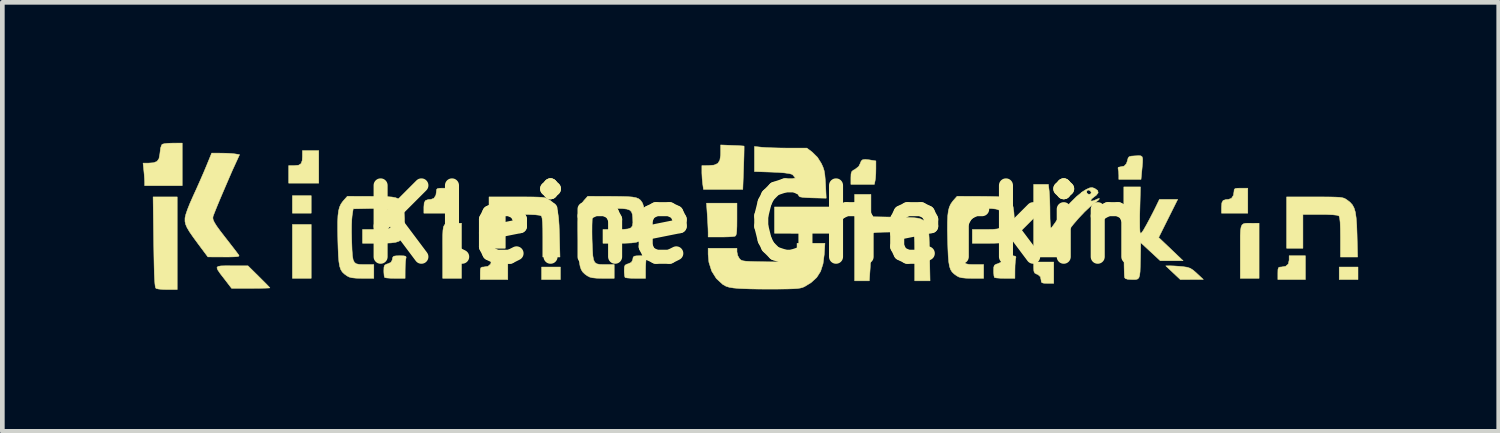
<source format=kicad_pcb>
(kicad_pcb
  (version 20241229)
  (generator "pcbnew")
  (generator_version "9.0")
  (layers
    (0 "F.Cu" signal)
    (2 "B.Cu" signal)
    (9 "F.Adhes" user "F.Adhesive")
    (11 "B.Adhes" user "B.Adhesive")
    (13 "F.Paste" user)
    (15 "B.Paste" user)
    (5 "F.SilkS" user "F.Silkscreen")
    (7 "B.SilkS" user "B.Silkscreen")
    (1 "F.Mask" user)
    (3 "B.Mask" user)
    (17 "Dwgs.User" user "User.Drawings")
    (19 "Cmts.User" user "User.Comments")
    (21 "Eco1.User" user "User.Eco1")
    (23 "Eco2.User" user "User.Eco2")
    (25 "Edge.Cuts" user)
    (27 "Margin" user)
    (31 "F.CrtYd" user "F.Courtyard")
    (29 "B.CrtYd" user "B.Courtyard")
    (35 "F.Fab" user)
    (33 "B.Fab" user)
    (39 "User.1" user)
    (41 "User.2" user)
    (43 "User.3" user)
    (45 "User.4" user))
  (footprint "Kleine Gherkin"
    (layer "F.Cu")
    (at 13.06 1.743)
    (property "Reference" "Kleine Gherkin" (at 0 0 180) (layer "F.SilkS") (effects (font (size 1.524 1.524) (thickness 0.3))))
    (attr through_hole)
    (fp_poly (pts (xy -9.465 -0.241) (xy -9.866 -0.241) (xy -9.866 -0.615) (xy -9.465 -0.615) (xy -9.465 -0.241)) (stroke (width 0.01) (type solid)) (fill yes) (layer "F.SilkS"))
    (fp_poly (pts (xy -9.465 1.15) (xy -9.866 1.15) (xy -9.866 0) (xy -9.465 0) (xy -9.465 1.15)) (stroke (width 0.01) (type solid)) (fill yes) (layer "F.SilkS"))
    (fp_poly (pts (xy -4.144 1.176) (xy -4.545 1.176) (xy -4.545 0.909) (xy -4.144 0.909) (xy -4.144 1.176)) (stroke (width 0.01) (type solid)) (fill yes) (layer "F.SilkS"))
    (fp_poly (pts (xy 1.684 0.187) (xy 0.428 0.187) (xy 0.428 -0.374) (xy 1.684 -0.374) (xy 1.684 0.187)) (stroke (width 0.01) (type solid)) (fill yes) (layer "F.SilkS"))
    (fp_poly (pts (xy 12.887 1.176) (xy 12.486 1.176) (xy 12.486 0.909) (xy 12.887 0.909) (xy 12.887 1.176)) (stroke (width 0.01) (type solid)) (fill yes) (layer "F.SilkS"))
    (fp_poly (pts (xy -9.304 -0.882) (xy -9.946 -0.882) (xy -9.946 -1.257) (xy -9.831 -1.257) (xy -9.737 -1.265) (xy -9.682 -1.299) (xy -9.657 -1.366) (xy -9.652 -1.449) (xy -9.652 -1.577) (xy -9.304 -1.577) (xy -9.304 -0.882)) (stroke (width 0.01) (type solid)) (fill yes) (layer "F.SilkS"))
    (fp_poly (pts (xy -5.267 1.176) (xy -5.855 1.176) (xy -5.855 1.043) (xy -5.853 0.963) (xy -5.842 0.924) (xy -5.815 0.91) (xy -5.787 0.909) (xy -5.689 0.893) (xy -5.633 0.844) (xy -5.615 0.761) (xy -5.615 0.668) (xy -5.267 0.668) (xy -5.267 1.176)) (stroke (width 0.01) (type solid)) (fill yes) (layer "F.SilkS"))
    (fp_poly (pts (xy 11.764 1.176) (xy 11.176 1.176) (xy 11.176 1.043) (xy 11.178 0.963) (xy 11.189 0.924) (xy 11.216 0.91) (xy 11.245 0.909) (xy 11.342 0.893) (xy 11.399 0.844) (xy 11.417 0.761) (xy 11.417 0.668) (xy 11.764 0.668) (xy 11.764 1.176)) (stroke (width 0.01) (type solid)) (fill yes) (layer "F.SilkS"))
    (fp_poly (pts (xy -6.397 -0.026) (xy -6.256 -0.027) (xy -6.256 1.15) (xy -6.657 1.15) (xy -6.657 0.578) (xy -6.658 0.383) (xy -6.657 0.235) (xy -6.652 0.128) (xy -6.641 0.054) (xy -6.62 0.009) (xy -6.587 -0.016) (xy -6.538 -0.026) (xy -6.472 -0.027) (xy -6.397 -0.026)) (stroke (width 0.01) (type solid)) (fill yes) (layer "F.SilkS"))
    (fp_poly (pts (xy 10.635 -0.026) (xy 10.775 -0.027) (xy 10.775 1.15) (xy 10.374 1.15) (xy 10.374 0.578) (xy 10.374 0.383) (xy 10.374 0.235) (xy 10.379 0.128) (xy 10.391 0.054) (xy 10.411 0.009) (xy 10.445 -0.016) (xy 10.493 -0.026) (xy 10.559 -0.027) (xy 10.635 -0.026)) (stroke (width 0.01) (type solid)) (fill yes) (layer "F.SilkS"))
    (fp_poly (pts (xy 6.39 1.257) (xy 6.256 1.257) (xy 6.177 1.254) (xy 6.137 1.243) (xy 6.123 1.216) (xy 6.122 1.196) (xy 6.106 1.117) (xy 6.053 1.07) (xy 6.022 1.058) (xy 5.984 1.037) (xy 5.966 0.995) (xy 5.962 0.921) (xy 5.962 0.802) (xy 6.39 0.802) (xy 6.39 1.257)) (stroke (width 0.01) (type solid)) (fill yes) (layer "F.SilkS"))
    (fp_poly (pts (xy 8.96 0.886) (xy 9.066 0.893) (xy 9.143 0.9) (xy 9.236 0.913) (xy 9.304 0.935) (xy 9.367 0.975) (xy 9.446 1.044) (xy 9.447 1.046) (xy 9.585 1.174) (xy 9.339 1.175) (xy 9.093 1.176) (xy 8.938 1.03) (xy 8.783 0.884) (xy 8.879 0.883) (xy 8.96 0.886)) (stroke (width 0.01) (type solid)) (fill yes) (layer "F.SilkS"))
    (fp_poly (pts (xy -6.497 -0.241) (xy -7.059 -0.241) (xy -7.059 -0.371) (xy -7.052 -0.462) (xy -7.024 -0.512) (xy -6.965 -0.532) (xy -6.91 -0.535) (xy -6.845 -0.559) (xy -6.803 -0.624) (xy -6.791 -0.707) (xy -6.788 -0.746) (xy -6.768 -0.766) (xy -6.719 -0.774) (xy -6.644 -0.775) (xy -6.497 -0.775) (xy -6.497 -0.241)) (stroke (width 0.01) (type solid)) (fill yes) (layer "F.SilkS"))
    (fp_poly (pts (xy 10.534 -0.241) (xy 9.973 -0.241) (xy 9.973 -0.371) (xy 9.98 -0.462) (xy 10.007 -0.512) (xy 10.066 -0.532) (xy 10.121 -0.535) (xy 10.186 -0.559) (xy 10.228 -0.624) (xy 10.24 -0.707) (xy 10.244 -0.746) (xy 10.263 -0.766) (xy 10.312 -0.774) (xy 10.387 -0.775) (xy 10.534 -0.775) (xy 10.534 -0.241)) (stroke (width 0.01) (type solid)) (fill yes) (layer "F.SilkS"))
    (fp_poly (pts (xy -12.326 1.39) (xy -12.533 1.39) (xy -12.637 1.387) (xy -12.722 1.379) (xy -12.773 1.368) (xy -12.777 1.366) (xy -12.788 1.351) (xy -12.796 1.316) (xy -12.803 1.258) (xy -12.809 1.17) (xy -12.815 1.05) (xy -12.819 0.891) (xy -12.823 0.689) (xy -12.827 0.439) (xy -12.828 0.377) (xy -12.841 -0.588) (xy -12.326 -0.588) (xy -12.326 1.39)) (stroke (width 0.01) (type solid)) (fill yes) (layer "F.SilkS"))
    (fp_poly (pts (xy -0.374 -0.11) (xy -0.375 0.035) (xy -0.379 0.135) (xy -0.386 0.199) (xy -0.397 0.234) (xy -0.414 0.25) (xy -0.417 0.251) (xy -0.46 0.258) (xy -0.544 0.264) (xy -0.653 0.267) (xy -0.724 0.267) (xy -0.989 0.267) (xy -0.989 0.167) (xy -0.991 0.096) (xy -0.996 -0.011) (xy -1.003 -0.134) (xy -1.007 -0.194) (xy -1.024 -0.455) (xy -0.374 -0.455) (xy -0.374 -0.11)) (stroke (width 0.01) (type solid)) (fill yes) (layer "F.SilkS"))
    (fp_poly (pts (xy 2.457 -1.379) (xy 2.493 -1.373) (xy 2.593 -1.357) (xy 2.593 -1.19) (xy 2.591 -1.085) (xy 2.584 -0.989) (xy 2.577 -0.939) (xy 2.56 -0.856) (xy 2.059 -0.856) (xy 2.059 -0.996) (xy 2.062 -1.08) (xy 2.076 -1.127) (xy 2.108 -1.157) (xy 2.146 -1.176) (xy 2.226 -1.239) (xy 2.258 -1.303) (xy 2.279 -1.355) (xy 2.31 -1.382) (xy 2.366 -1.389) (xy 2.457 -1.379)) (stroke (width 0.01) (type solid)) (fill yes) (layer "F.SilkS"))
    (fp_poly (pts (xy -12.219 -0.829) (xy -13.021 -0.829) (xy -13.021 -0.905) (xy -13.024 -0.974) (xy -13.031 -1.07) (xy -13.038 -1.146) (xy -13.055 -1.31) (xy -12.946 -1.31) (xy -12.83 -1.318) (xy -12.757 -1.347) (xy -12.716 -1.405) (xy -12.697 -1.502) (xy -12.694 -1.529) (xy -12.681 -1.632) (xy -12.658 -1.698) (xy -12.645 -1.713) (xy -12.6 -1.725) (xy -12.519 -1.734) (xy -12.419 -1.737) (xy -12.413 -1.737) (xy -12.219 -1.738) (xy -12.219 -0.829)) (stroke (width 0.01) (type solid)) (fill yes) (layer "F.SilkS"))
    (fp_poly (pts (xy -11.159 0.883) (xy -10.815 0.883) (xy -10.581 1.114) (xy -10.492 1.203) (xy -10.418 1.277) (xy -10.367 1.33) (xy -10.347 1.354) (xy -10.347 1.354) (xy -10.372 1.357) (xy -10.442 1.36) (xy -10.547 1.362) (xy -10.677 1.363) (xy -10.756 1.364) (xy -11.164 1.364) (xy -11.317 1.165) (xy -11.405 1.052) (xy -11.459 0.973) (xy -11.478 0.924) (xy -11.457 0.897) (xy -11.393 0.885) (xy -11.282 0.882) (xy -11.159 0.883)) (stroke (width 0.01) (type solid)) (fill yes) (layer "F.SilkS"))
    (fp_poly (pts (xy -0.475 -1.688) (xy -0.366 -1.684) (xy -0.281 -1.679) (xy -0.23 -1.675) (xy -0.222 -1.674) (xy -0.221 -1.647) (xy -0.222 -1.575) (xy -0.224 -1.467) (xy -0.228 -1.333) (xy -0.232 -1.209) (xy -0.249 -0.749) (xy -1.089 -0.749) (xy -1.106 -0.873) (xy -1.117 -0.982) (xy -1.123 -1.099) (xy -1.123 -1.127) (xy -1.123 -1.257) (xy -0.983 -1.258) (xy -0.863 -1.268) (xy -0.784 -1.303) (xy -0.74 -1.37) (xy -0.723 -1.478) (xy -0.722 -1.528) (xy -0.722 -1.698) (xy -0.475 -1.688)) (stroke (width 0.01) (type solid)) (fill yes) (layer "F.SilkS"))
    (fp_poly (pts (xy 8.251 -1.465) (xy 8.278 -1.445) (xy 8.289 -1.401) (xy 8.287 -1.324) (xy 8.277 -1.205) (xy 8.271 -1.143) (xy 8.254 -0.963) (xy 7.78 -0.963) (xy 7.78 -1.054) (xy 7.776 -1.13) (xy 7.765 -1.186) (xy 7.764 -1.188) (xy 7.766 -1.22) (xy 7.811 -1.23) (xy 7.811 -1.23) (xy 7.893 -1.246) (xy 7.942 -1.298) (xy 7.965 -1.367) (xy 7.978 -1.418) (xy 8 -1.446) (xy 8.045 -1.459) (xy 8.129 -1.465) (xy 8.136 -1.465) (xy 8.205 -1.469) (xy 8.251 -1.465)) (stroke (width 0.01) (type solid)) (fill yes) (layer "F.SilkS"))
    (fp_poly (pts (xy -7.491 0.67) (xy -7.449 0.678) (xy -7.437 0.697) (xy -7.443 0.729) (xy -7.451 0.786) (xy -7.457 0.876) (xy -7.459 0.969) (xy -7.46 1.15) (xy -7.669 1.15) (xy -7.77 1.148) (xy -7.85 1.142) (xy -7.893 1.134) (xy -7.896 1.132) (xy -7.907 1.097) (xy -7.913 1.028) (xy -7.914 0.989) (xy -7.911 0.911) (xy -7.896 0.87) (xy -7.859 0.848) (xy -7.827 0.839) (xy -7.762 0.809) (xy -7.735 0.759) (xy -7.732 0.741) (xy -7.723 0.7) (xy -7.702 0.678) (xy -7.652 0.67) (xy -7.575 0.668) (xy -7.491 0.67)) (stroke (width 0.01) (type solid)) (fill yes) (layer "F.SilkS"))
    (fp_poly (pts (xy -2.357 0.67) (xy -2.315 0.678) (xy -2.304 0.697) (xy -2.309 0.729) (xy -2.318 0.786) (xy -2.324 0.876) (xy -2.326 0.969) (xy -2.326 1.15) (xy -2.536 1.15) (xy -2.637 1.148) (xy -2.716 1.142) (xy -2.76 1.134) (xy -2.763 1.132) (xy -2.773 1.097) (xy -2.78 1.028) (xy -2.781 0.989) (xy -2.778 0.911) (xy -2.763 0.87) (xy -2.725 0.848) (xy -2.694 0.839) (xy -2.629 0.809) (xy -2.601 0.759) (xy -2.598 0.741) (xy -2.59 0.7) (xy -2.568 0.678) (xy -2.519 0.67) (xy -2.442 0.668) (xy -2.357 0.67)) (stroke (width 0.01) (type solid)) (fill yes) (layer "F.SilkS"))
    (fp_poly (pts (xy 5.53 0.67) (xy 5.572 0.678) (xy 5.584 0.697) (xy 5.578 0.729) (xy 5.57 0.786) (xy 5.564 0.876) (xy 5.562 0.969) (xy 5.561 1.15) (xy 5.352 1.15) (xy 5.251 1.148) (xy 5.171 1.142) (xy 5.128 1.134) (xy 5.125 1.132) (xy 5.114 1.097) (xy 5.108 1.028) (xy 5.107 0.989) (xy 5.11 0.911) (xy 5.125 0.87) (xy 5.162 0.848) (xy 5.194 0.839) (xy 5.259 0.809) (xy 5.286 0.759) (xy 5.289 0.741) (xy 5.297 0.7) (xy 5.319 0.678) (xy 5.369 0.67) (xy 5.446 0.668) (xy 5.53 0.67)) (stroke (width 0.01) (type solid)) (fill yes) (layer "F.SilkS"))
    (fp_poly (pts (xy -4.876 -0.588) (xy -4.728 -0.587) (xy -4.618 -0.584) (xy -4.539 -0.58) (xy -4.483 -0.572) (xy -4.443 -0.561) (xy -4.411 -0.545) (xy -4.382 -0.527) (xy -4.315 -0.476) (xy -4.265 -0.42) (xy -4.227 -0.351) (xy -4.201 -0.261) (xy -4.183 -0.141) (xy -4.172 0.016) (xy -4.165 0.218) (xy -4.165 0.221) (xy -4.153 0.695) (xy -4.519 0.695) (xy -4.519 0.273) (xy -4.52 0.087) (xy -4.526 -0.048) (xy -4.535 -0.135) (xy -4.548 -0.179) (xy -4.551 -0.182) (xy -4.591 -0.197) (xy -4.68 -0.207) (xy -4.818 -0.213) (xy -4.952 -0.214) (xy -5.321 -0.214) (xy -5.321 0.508) (xy -5.668 0.508) (xy -5.668 -0.588) (xy -5.071 -0.588) (xy -4.876 -0.588)) (stroke (width 0.01) (type solid)) (fill yes) (layer "F.SilkS"))
    (fp_poly (pts (xy 12.155 -0.588) (xy 12.303 -0.587) (xy 12.413 -0.584) (xy 12.492 -0.58) (xy 12.548 -0.572) (xy 12.589 -0.561) (xy 12.621 -0.545) (xy 12.649 -0.527) (xy 12.716 -0.476) (xy 12.767 -0.42) (xy 12.804 -0.351) (xy 12.831 -0.261) (xy 12.848 -0.141) (xy 12.86 0.016) (xy 12.867 0.218) (xy 12.867 0.221) (xy 12.879 0.695) (xy 12.513 0.695) (xy 12.513 0.273) (xy 12.511 0.087) (xy 12.506 -0.048) (xy 12.496 -0.135) (xy 12.483 -0.179) (xy 12.481 -0.182) (xy 12.44 -0.197) (xy 12.351 -0.207) (xy 12.213 -0.213) (xy 12.08 -0.214) (xy 11.711 -0.214) (xy 11.711 0.508) (xy 11.363 0.508) (xy 11.363 -0.588) (xy 11.961 -0.588) (xy 12.155 -0.588)) (stroke (width 0.01) (type solid)) (fill yes) (layer "F.SilkS"))
    (fp_poly (pts (xy 0.164 -1.648) (xy 0.252 -1.642) (xy 0.378 -1.637) (xy 0.528 -1.633) (xy 0.684 -1.631) (xy 0.724 -1.631) (xy 1.119 -1.631) (xy 1.234 -1.544) (xy 1.346 -1.433) (xy 1.427 -1.304) (xy 1.463 -1.226) (xy 1.487 -1.152) (xy 1.502 -1.066) (xy 1.512 -0.953) (xy 1.518 -0.856) (xy 1.532 -0.561) (xy 1.321 -0.566) (xy 1.207 -0.569) (xy 1.102 -0.574) (xy 1.028 -0.58) (xy 1.023 -0.581) (xy 0.971 -0.59) (xy 0.945 -0.611) (xy 0.937 -0.66) (xy 0.936 -0.724) (xy 0.922 -0.864) (xy 0.882 -0.978) (xy 0.821 -1.056) (xy 0.798 -1.072) (xy 0.743 -1.087) (xy 0.643 -1.101) (xy 0.506 -1.112) (xy 0.368 -1.118) (xy 0 -1.13) (xy 0 -1.665) (xy 0.164 -1.648)) (stroke (width 0.01) (type solid)) (fill yes) (layer "F.SilkS"))
    (fp_poly (pts (xy 8.23 -0.34) (xy 8.226 -0.185) (xy 8.226 -0.046) (xy 8.227 0.067) (xy 8.231 0.145) (xy 8.235 0.174) (xy 8.248 0.189) (xy 8.271 0.172) (xy 8.307 0.119) (xy 8.361 0.024) (xy 8.375 -0.001) (xy 8.44 -0.122) (xy 8.505 -0.247) (xy 8.559 -0.354) (xy 8.572 -0.381) (xy 8.647 -0.535) (xy 9.037 -0.535) (xy 8.834 -0.129) (xy 8.631 0.278) (xy 8.892 0.526) (xy 9.153 0.775) (xy 8.666 0.775) (xy 8.248 0.388) (xy 8.242 0.722) (xy 8.238 0.888) (xy 8.234 1.007) (xy 8.224 1.088) (xy 8.208 1.138) (xy 8.182 1.164) (xy 8.142 1.175) (xy 8.086 1.176) (xy 8.064 1.176) (xy 7.971 1.171) (xy 7.92 1.155) (xy 7.904 1.134) (xy 7.9 1.098) (xy 7.896 1.015) (xy 7.893 0.892) (xy 7.891 0.734) (xy 7.889 0.548) (xy 7.888 0.34) (xy 7.887 0.145) (xy 7.887 -0.802) (xy 8.242 -0.802) (xy 8.23 -0.34)) (stroke (width 0.01) (type solid)) (fill yes) (layer "F.SilkS"))
    (fp_poly (pts (xy 2.487 -0.165) (xy 3.001 -0.156) (xy 3.183 -0.152) (xy 3.32 -0.148) (xy 3.42 -0.142) (xy 3.49 -0.134) (xy 3.539 -0.122) (xy 3.574 -0.107) (xy 3.591 -0.096) (xy 3.633 -0.065) (xy 3.666 -0.03) (xy 3.691 0.015) (xy 3.709 0.077) (xy 3.721 0.164) (xy 3.729 0.283) (xy 3.734 0.442) (xy 3.738 0.635) (xy 3.749 1.203) (xy 3.422 1.203) (xy 3.422 0.698) (xy 3.422 0.519) (xy 3.42 0.387) (xy 3.416 0.293) (xy 3.409 0.233) (xy 3.4 0.197) (xy 3.386 0.18) (xy 3.38 0.177) (xy 3.336 0.17) (xy 3.251 0.165) (xy 3.137 0.162) (xy 3.007 0.161) (xy 2.872 0.162) (xy 2.746 0.164) (xy 2.64 0.168) (xy 2.567 0.174) (xy 2.547 0.177) (xy 2.519 0.188) (xy 2.501 0.209) (xy 2.492 0.25) (xy 2.487 0.323) (xy 2.487 0.437) (xy 2.487 0.454) (xy 2.484 0.606) (xy 2.479 0.775) (xy 2.471 0.929) (xy 2.469 0.958) (xy 2.452 1.203) (xy 2.139 1.203) (xy 2.139 -0.642) (xy 2.487 -0.642) (xy 2.487 -0.165)) (stroke (width 0.01) (type solid)) (fill yes) (layer "F.SilkS"))
    (fp_poly (pts (xy 1.49 0.639) (xy 1.464 0.84) (xy 1.412 1.001) (xy 1.329 1.132) (xy 1.208 1.242) (xy 1.069 1.327) (xy 1.03 1.344) (xy 0.982 1.357) (xy 0.918 1.367) (xy 0.828 1.373) (xy 0.706 1.377) (xy 0.541 1.379) (xy 0.455 1.38) (xy 0.271 1.38) (xy 0.087 1.379) (xy -0.085 1.376) (xy -0.23 1.371) (xy -0.321 1.367) (xy -0.449 1.356) (xy -0.539 1.341) (xy -0.606 1.32) (xy -0.665 1.287) (xy -0.677 1.28) (xy -0.814 1.154) (xy -0.914 0.994) (xy -0.973 0.807) (xy -0.989 0.637) (xy -0.989 0.508) (xy -0.374 0.508) (xy -0.374 0.585) (xy -0.357 0.664) (xy -0.323 0.726) (xy -0.303 0.748) (xy -0.28 0.764) (xy -0.245 0.776) (xy -0.19 0.784) (xy -0.108 0.789) (xy 0.01 0.793) (xy 0.171 0.796) (xy 0.224 0.797) (xy 0.437 0.799) (xy 0.598 0.796) (xy 0.708 0.789) (xy 0.77 0.778) (xy 0.776 0.775) (xy 0.833 0.72) (xy 0.879 0.631) (xy 0.906 0.529) (xy 0.909 0.482) (xy 0.909 0.401) (xy 1.505 0.401) (xy 1.49 0.639)) (stroke (width 0.01) (type solid)) (fill yes) (layer "F.SilkS"))
    (fp_poly (pts (xy -11.39 -1.523) (xy -11.276 -1.521) (xy -11.169 -1.515) (xy -11.092 -1.507) (xy -11.092 -1.507) (xy -10.994 -1.491) (xy -11.1 -1.26) (xy -11.147 -1.158) (xy -11.203 -1.029) (xy -11.266 -0.883) (xy -11.332 -0.729) (xy -11.397 -0.577) (xy -11.456 -0.436) (xy -11.505 -0.316) (xy -11.541 -0.225) (xy -11.56 -0.174) (xy -11.56 -0.174) (xy -11.565 -0.138) (xy -11.557 -0.096) (xy -11.531 -0.041) (xy -11.484 0.034) (xy -11.412 0.133) (xy -11.31 0.266) (xy -11.265 0.323) (xy -11.179 0.434) (xy -11.103 0.532) (xy -11.045 0.608) (xy -11.011 0.654) (xy -11.006 0.662) (xy -11.009 0.676) (xy -11.041 0.686) (xy -11.11 0.691) (xy -11.222 0.694) (xy -11.328 0.694) (xy -11.671 0.693) (xy -11.875 0.42) (xy -11.983 0.273) (xy -12.062 0.159) (xy -12.115 0.07) (xy -12.146 -0.002) (xy -12.16 -0.065) (xy -12.16 -0.128) (xy -12.158 -0.149) (xy -12.142 -0.215) (xy -12.108 -0.316) (xy -12.059 -0.44) (xy -12 -0.574) (xy -11.986 -0.605) (xy -11.914 -0.763) (xy -11.837 -0.936) (xy -11.764 -1.103) (xy -11.708 -1.236) (xy -11.59 -1.524) (xy -11.39 -1.523)) (stroke (width 0.01) (type solid)) (fill yes) (layer "F.SilkS"))
    (fp_poly (pts (xy 6.293 -0.715) (xy 6.299 -0.631) (xy 6.305 -0.511) (xy 6.309 -0.371) (xy 6.31 -0.247) (xy 6.311 -0.122) (xy 6.316 -0.02) (xy 6.322 0.051) (xy 6.329 0.078) (xy 6.33 0.078) (xy 6.352 0.057) (xy 6.395 -0.001) (xy 6.453 -0.084) (xy 6.497 -0.152) (xy 6.61 -0.309) (xy 6.74 -0.46) (xy 6.875 -0.594) (xy 6.977 -0.677) (xy 7.095 -0.677) (xy 7.099 -0.668) (xy 7.135 -0.644) (xy 7.175 -0.649) (xy 7.192 -0.679) (xy 7.173 -0.717) (xy 7.134 -0.736) (xy 7.1 -0.723) (xy 7.098 -0.721) (xy 7.095 -0.677) (xy 6.977 -0.677) (xy 7.004 -0.699) (xy 7.087 -0.75) (xy 7.16 -0.782) (xy 7.211 -0.788) (xy 7.263 -0.771) (xy 7.266 -0.769) (xy 7.329 -0.725) (xy 7.339 -0.676) (xy 7.297 -0.622) (xy 7.258 -0.594) (xy 7.198 -0.545) (xy 7.18 -0.511) (xy 7.202 -0.498) (xy 7.261 -0.516) (xy 7.276 -0.523) (xy 7.342 -0.552) (xy 7.367 -0.552) (xy 7.351 -0.527) (xy 7.295 -0.48) (xy 7.267 -0.46) (xy 7.167 -0.38) (xy 7.049 -0.269) (xy 6.926 -0.139) (xy 6.81 -0.005) (xy 6.713 0.121) (xy 6.683 0.166) (xy 6.556 0.4) (xy 6.485 0.622) (xy 6.469 0.695) (xy 5.962 0.695) (xy 5.962 -0.856) (xy 6.276 -0.856) (xy 6.293 -0.715)) (stroke (width 0.01) (type solid)) (fill yes) (layer "F.SilkS"))
    (fp_poly (pts (xy -8.19 -0.6) (xy -7.997 -0.598) (xy -7.849 -0.594) (xy -7.74 -0.586) (xy -7.662 -0.571) (xy -7.607 -0.549) (xy -7.568 -0.518) (xy -7.537 -0.476) (xy -7.521 -0.447) (xy -7.497 -0.374) (xy -7.481 -0.265) (xy -7.473 -0.135) (xy -7.472 0.001) (xy -7.478 0.126) (xy -7.493 0.226) (xy -7.509 0.274) (xy -7.543 0.322) (xy -7.59 0.357) (xy -7.658 0.38) (xy -7.757 0.394) (xy -7.894 0.4) (xy -8.022 0.401) (xy -8.369 0.401) (xy -8.369 0.107) (xy -8.075 0.107) (xy -7.932 0.105) (xy -7.833 0.095) (xy -7.772 0.072) (xy -7.74 0.03) (xy -7.729 -0.038) (xy -7.732 -0.136) (xy -7.732 -0.141) (xy -7.74 -0.216) (xy -7.759 -0.27) (xy -7.797 -0.307) (xy -7.86 -0.329) (xy -7.956 -0.34) (xy -8.093 -0.343) (xy -8.221 -0.341) (xy -8.568 -0.334) (xy -8.591 -0.187) (xy -8.598 -0.108) (xy -8.603 0.012) (xy -8.604 0.156) (xy -8.601 0.313) (xy -8.599 0.374) (xy -8.593 0.545) (xy -8.584 0.67) (xy -8.569 0.756) (xy -8.542 0.81) (xy -8.501 0.84) (xy -8.44 0.853) (xy -8.355 0.856) (xy -8.31 0.856) (xy -8.128 0.856) (xy -8.128 1.15) (xy -8.375 1.15) (xy -8.504 1.147) (xy -8.593 1.138) (xy -8.656 1.122) (xy -8.7 1.098) (xy -8.757 1.057) (xy -8.801 1.015) (xy -8.834 0.962) (xy -8.857 0.893) (xy -8.873 0.798) (xy -8.884 0.672) (xy -8.891 0.505) (xy -8.896 0.341) (xy -8.9 0.122) (xy -8.9 -0.051) (xy -8.894 -0.186) (xy -8.881 -0.29) (xy -8.86 -0.371) (xy -8.83 -0.436) (xy -8.79 -0.493) (xy -8.77 -0.516) (xy -8.693 -0.602) (xy -8.19 -0.6)) (stroke (width 0.01) (type solid)) (fill yes) (layer "F.SilkS"))
    (fp_poly (pts (xy -3.057 -0.6) (xy -2.863 -0.598) (xy -2.716 -0.594) (xy -2.607 -0.586) (xy -2.528 -0.571) (xy -2.473 -0.549) (xy -2.434 -0.518) (xy -2.403 -0.476) (xy -2.387 -0.447) (xy -2.364 -0.374) (xy -2.348 -0.265) (xy -2.339 -0.135) (xy -2.338 0.001) (xy -2.345 0.126) (xy -2.36 0.226) (xy -2.376 0.274) (xy -2.41 0.322) (xy -2.456 0.357) (xy -2.525 0.38) (xy -2.623 0.394) (xy -2.761 0.4) (xy -2.889 0.401) (xy -3.235 0.401) (xy -3.235 0.107) (xy -2.942 0.107) (xy -2.798 0.105) (xy -2.7 0.095) (xy -2.638 0.072) (xy -2.606 0.03) (xy -2.596 -0.038) (xy -2.599 -0.136) (xy -2.599 -0.141) (xy -2.607 -0.216) (xy -2.626 -0.27) (xy -2.663 -0.307) (xy -2.726 -0.329) (xy -2.822 -0.34) (xy -2.959 -0.343) (xy -3.088 -0.341) (xy -3.435 -0.334) (xy -3.458 -0.187) (xy -3.465 -0.108) (xy -3.469 0.012) (xy -3.47 0.156) (xy -3.468 0.313) (xy -3.466 0.374) (xy -3.459 0.545) (xy -3.451 0.67) (xy -3.435 0.756) (xy -3.409 0.81) (xy -3.368 0.84) (xy -3.306 0.853) (xy -3.221 0.856) (xy -3.177 0.856) (xy -2.995 0.856) (xy -2.995 1.15) (xy -3.242 1.15) (xy -3.371 1.147) (xy -3.46 1.138) (xy -3.522 1.122) (xy -3.567 1.098) (xy -3.624 1.057) (xy -3.667 1.015) (xy -3.7 0.962) (xy -3.723 0.893) (xy -3.74 0.798) (xy -3.75 0.672) (xy -3.758 0.505) (xy -3.763 0.341) (xy -3.767 0.122) (xy -3.767 -0.051) (xy -3.761 -0.186) (xy -3.748 -0.29) (xy -3.727 -0.371) (xy -3.696 -0.436) (xy -3.656 -0.493) (xy -3.637 -0.516) (xy -3.56 -0.602) (xy -3.057 -0.6)) (stroke (width 0.01) (type solid)) (fill yes) (layer "F.SilkS"))
    (fp_poly (pts (xy 4.831 -0.6) (xy 5.024 -0.598) (xy 5.172 -0.594) (xy 5.281 -0.586) (xy 5.359 -0.571) (xy 5.414 -0.549) (xy 5.453 -0.518) (xy 5.484 -0.476) (xy 5.5 -0.447) (xy 5.523 -0.374) (xy 5.539 -0.265) (xy 5.548 -0.135) (xy 5.549 0.001) (xy 5.543 0.126) (xy 5.528 0.226) (xy 5.512 0.274) (xy 5.478 0.322) (xy 5.431 0.357) (xy 5.363 0.38) (xy 5.264 0.394) (xy 5.127 0.4) (xy 4.999 0.401) (xy 4.652 0.401) (xy 4.652 0.107) (xy 4.945 0.107) (xy 5.089 0.105) (xy 5.188 0.095) (xy 5.249 0.072) (xy 5.281 0.03) (xy 5.291 -0.038) (xy 5.289 -0.136) (xy 5.289 -0.141) (xy 5.281 -0.216) (xy 5.262 -0.27) (xy 5.224 -0.307) (xy 5.161 -0.329) (xy 5.065 -0.34) (xy 4.928 -0.343) (xy 4.8 -0.341) (xy 4.452 -0.334) (xy 4.43 -0.187) (xy 4.423 -0.108) (xy 4.418 0.012) (xy 4.417 0.156) (xy 4.42 0.313) (xy 4.422 0.374) (xy 4.428 0.545) (xy 4.437 0.67) (xy 4.452 0.756) (xy 4.478 0.81) (xy 4.52 0.84) (xy 4.581 0.853) (xy 4.666 0.856) (xy 4.711 0.856) (xy 4.893 0.856) (xy 4.893 1.15) (xy 4.646 1.15) (xy 4.517 1.147) (xy 4.428 1.138) (xy 4.365 1.122) (xy 4.321 1.098) (xy 4.264 1.057) (xy 4.22 1.015) (xy 4.187 0.962) (xy 4.164 0.893) (xy 4.148 0.798) (xy 4.137 0.672) (xy 4.13 0.505) (xy 4.125 0.341) (xy 4.12 0.122) (xy 4.121 -0.051) (xy 4.127 -0.186) (xy 4.14 -0.29) (xy 4.161 -0.371) (xy 4.191 -0.436) (xy 4.231 -0.493) (xy 4.25 -0.516) (xy 4.327 -0.602) (xy 4.831 -0.6)) (stroke (width 0.01) (type solid)) (fill yes) (layer "F.SilkS")))
  (gr_rect
    (start -3 -3)
    (end 28.952 6.161)
    (stroke (width 0.1) (type default))
    (fill no)
    (layer "Edge.Cuts")))
</source>
